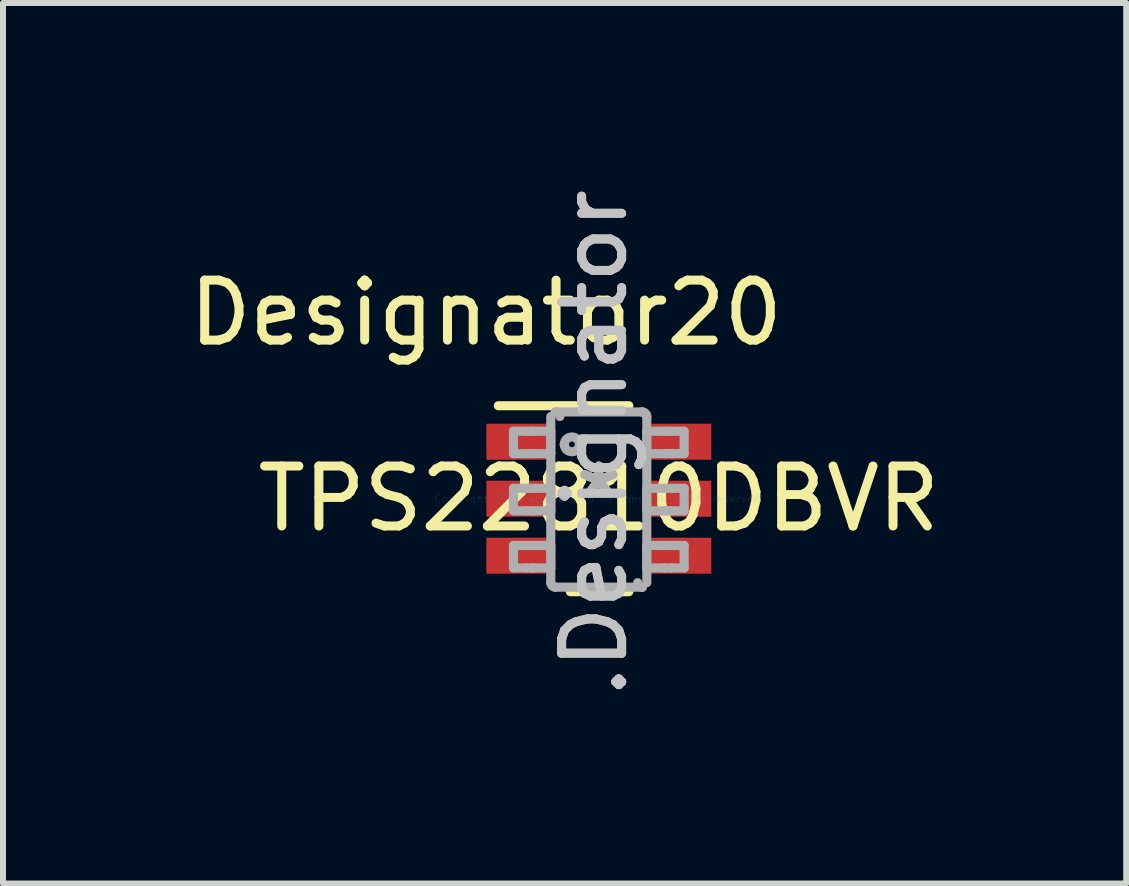
<source format=kicad_pcb>
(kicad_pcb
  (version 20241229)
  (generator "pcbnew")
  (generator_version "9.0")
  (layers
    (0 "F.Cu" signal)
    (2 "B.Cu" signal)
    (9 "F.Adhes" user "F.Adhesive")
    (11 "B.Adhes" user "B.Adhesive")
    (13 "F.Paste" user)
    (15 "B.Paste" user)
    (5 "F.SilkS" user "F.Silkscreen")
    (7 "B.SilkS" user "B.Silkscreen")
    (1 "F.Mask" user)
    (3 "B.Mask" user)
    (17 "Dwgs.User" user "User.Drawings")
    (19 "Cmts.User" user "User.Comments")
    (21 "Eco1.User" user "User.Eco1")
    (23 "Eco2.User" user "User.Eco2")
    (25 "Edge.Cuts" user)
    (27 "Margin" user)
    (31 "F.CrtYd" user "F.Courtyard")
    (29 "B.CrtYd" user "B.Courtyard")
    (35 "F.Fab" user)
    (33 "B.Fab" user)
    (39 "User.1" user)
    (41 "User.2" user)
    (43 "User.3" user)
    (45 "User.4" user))
  (footprint "TPS22810DBVR"
    (layer "F.Cu")
    (at 6.933 5.264)
    (property "Reference" "TPS22810DBVR" (at 0 0 0) (layer "F.SilkS") (effects (font (size 1 1) (thickness 0.15))))
    (attr through_hole)
    (fp_line (start -1.675 -1.55) (end 0.5 -1.55) (stroke (width 0.152) (type solid)) (layer "F.SilkS"))
    (fp_line (start -0.475 1.55) (end 0.5 1.55) (stroke (width 0.152) (type solid)) (layer "F.SilkS"))
    (fp_line (start -1.423 -1.125) (end -1.206 -1.125) (stroke (width 0.152) (type solid)) (layer "F.Fab"))
    (fp_line (start -1.423 -0.751) (end -1.423 -1.125) (stroke (width 0.152) (type solid)) (layer "F.Fab"))
    (fp_line (start -1.423 -0.751) (end -1.206 -0.751) (stroke (width 0.152) (type solid)) (layer "F.Fab"))
    (fp_line (start -1.423 -0.173) (end -1.206 -0.173) (stroke (width 0.152) (type solid)) (layer "F.Fab"))
    (fp_line (start -1.423 0.202) (end -1.423 -0.173) (stroke (width 0.152) (type solid)) (layer "F.Fab"))
    (fp_line (start -1.423 0.202) (end -1.206 0.202) (stroke (width 0.152) (type solid)) (layer "F.Fab"))
    (fp_line (start -1.423 0.78) (end -1.206 0.78) (stroke (width 0.152) (type solid)) (layer "F.Fab"))
    (fp_line (start -1.423 1.154) (end -1.423 0.78) (stroke (width 0.152) (type solid)) (layer "F.Fab"))
    (fp_line (start -1.423 1.154) (end -1.206 1.154) (stroke (width 0.152) (type solid)) (layer "F.Fab"))
    (fp_line (start -1.206 -1.125) (end -1.113 -1.125) (stroke (width 0.152) (type solid)) (layer "F.Fab"))
    (fp_line (start -1.206 -0.751) (end -1.113 -0.751) (stroke (width 0.152) (type solid)) (layer "F.Fab"))
    (fp_line (start -1.206 -0.173) (end -1.113 -0.173) (stroke (width 0.152) (type solid)) (layer "F.Fab"))
    (fp_line (start -1.206 0.202) (end -1.113 0.202) (stroke (width 0.152) (type solid)) (layer "F.Fab"))
    (fp_line (start -1.206 0.78) (end -1.113 0.78) (stroke (width 0.152) (type solid)) (layer "F.Fab"))
    (fp_line (start -1.206 1.154) (end -1.113 1.154) (stroke (width 0.152) (type solid)) (layer "F.Fab"))
    (fp_line (start -1.113 -1.125) (end -1.081 -1.125) (stroke (width 0.152) (type solid)) (layer "F.Fab"))
    (fp_line (start -1.113 -0.751) (end -1.081 -0.751) (stroke (width 0.152) (type solid)) (layer "F.Fab"))
    (fp_line (start -1.113 -0.173) (end -1.081 -0.173) (stroke (width 0.152) (type solid)) (layer "F.Fab"))
    (fp_line (start -1.113 0.202) (end -1.081 0.202) (stroke (width 0.152) (type solid)) (layer "F.Fab"))
    (fp_line (start -1.113 0.78) (end -1.081 0.78) (stroke (width 0.152) (type solid)) (layer "F.Fab"))
    (fp_line (start -1.113 1.154) (end -1.081 1.154) (stroke (width 0.152) (type solid)) (layer "F.Fab"))
    (fp_line (start -1.081 -1.125) (end -0.828 -1.125) (stroke (width 0.152) (type solid)) (layer "F.Fab"))
    (fp_line (start -1.081 -0.751) (end -0.828 -0.751) (stroke (width 0.152) (type solid)) (layer "F.Fab"))
    (fp_line (start -1.081 -0.173) (end -0.828 -0.173) (stroke (width 0.152) (type solid)) (layer "F.Fab"))
    (fp_line (start -1.081 0.202) (end -0.828 0.202) (stroke (width 0.152) (type solid)) (layer "F.Fab"))
    (fp_line (start -1.081 0.78) (end -0.828 0.78) (stroke (width 0.152) (type solid)) (layer "F.Fab"))
    (fp_line (start -1.081 1.154) (end -0.828 1.154) (stroke (width 0.152) (type solid)) (layer "F.Fab"))
    (fp_line (start -0.828 -1.125) (end -0.801 -1.125) (stroke (width 0.152) (type solid)) (layer "F.Fab"))
    (fp_line (start -0.828 -0.751) (end -0.801 -0.751) (stroke (width 0.152) (type solid)) (layer "F.Fab"))
    (fp_line (start -0.828 -0.173) (end -0.801 -0.173) (stroke (width 0.152) (type solid)) (layer "F.Fab"))
    (fp_line (start -0.828 0.202) (end -0.801 0.202) (stroke (width 0.152) (type solid)) (layer "F.Fab"))
    (fp_line (start -0.828 0.78) (end -0.801 0.78) (stroke (width 0.152) (type solid)) (layer "F.Fab"))
    (fp_line (start -0.828 1.154) (end -0.801 1.154) (stroke (width 0.152) (type solid)) (layer "F.Fab"))
    (fp_line (start -0.801 -0.751) (end -0.801 -1.125) (stroke (width 0.152) (type solid)) (layer "F.Fab"))
    (fp_line (start -0.801 0.202) (end -0.801 -0.173) (stroke (width 0.152) (type solid)) (layer "F.Fab"))
    (fp_line (start -0.801 1.154) (end -0.801 0.78) (stroke (width 0.152) (type solid)) (layer "F.Fab"))
    (fp_line (start -0.801 1.399) (end -0.801 -1.37) (stroke (width 0.152) (type solid)) (layer "F.Fab"))
    (fp_line (start -0.725 -1.446) (end -0.724 -1.446) (stroke (width 0.152) (type solid)) (layer "F.Fab"))
    (fp_line (start -0.725 1.475) (end -0.724 1.475) (stroke (width 0.152) (type solid)) (layer "F.Fab"))
    (fp_line (start -0.724 -1.446) (end 0.723 -1.446) (stroke (width 0.152) (type solid)) (layer "F.Fab"))
    (fp_line (start -0.724 1.475) (end 0.723 1.475) (stroke (width 0.152) (type solid)) (layer "F.Fab"))
    (fp_line (start 0.723 -1.446) (end 0.724 -1.446) (stroke (width 0.152) (type solid)) (layer "F.Fab"))
    (fp_line (start 0.723 1.475) (end 0.724 1.475) (stroke (width 0.152) (type solid)) (layer "F.Fab"))
    (fp_line (start 0.8 -1.125) (end 0.827 -1.125) (stroke (width 0.152) (type solid)) (layer "F.Fab"))
    (fp_line (start 0.8 -0.751) (end 0.8 -1.125) (stroke (width 0.152) (type solid)) (layer "F.Fab"))
    (fp_line (start 0.8 -0.751) (end 0.827 -0.751) (stroke (width 0.152) (type solid)) (layer "F.Fab"))
    (fp_line (start 0.8 -0.173) (end 0.827 -0.173) (stroke (width 0.152) (type solid)) (layer "F.Fab"))
    (fp_line (start 0.8 0.202) (end 0.8 -0.173) (stroke (width 0.152) (type solid)) (layer "F.Fab"))
    (fp_line (start 0.8 0.202) (end 0.827 0.202) (stroke (width 0.152) (type solid)) (layer "F.Fab"))
    (fp_line (start 0.8 0.78) (end 0.827 0.78) (stroke (width 0.152) (type solid)) (layer "F.Fab"))
    (fp_line (start 0.8 1.154) (end 0.8 0.78) (stroke (width 0.152) (type solid)) (layer "F.Fab"))
    (fp_line (start 0.8 1.154) (end 0.827 1.154) (stroke (width 0.152) (type solid)) (layer "F.Fab"))
    (fp_line (start 0.8 1.399) (end 0.8 -1.37) (stroke (width 0.152) (type solid)) (layer "F.Fab"))
    (fp_line (start 0.827 -1.125) (end 1.08 -1.125) (stroke (width 0.152) (type solid)) (layer "F.Fab"))
    (fp_line (start 0.827 -0.751) (end 1.08 -0.751) (stroke (width 0.152) (type solid)) (layer "F.Fab"))
    (fp_line (start 0.827 -0.173) (end 1.08 -0.173) (stroke (width 0.152) (type solid)) (layer "F.Fab"))
    (fp_line (start 0.827 0.202) (end 1.08 0.202) (stroke (width 0.152) (type solid)) (layer "F.Fab"))
    (fp_line (start 0.827 0.78) (end 1.08 0.78) (stroke (width 0.152) (type solid)) (layer "F.Fab"))
    (fp_line (start 0.827 1.154) (end 1.08 1.154) (stroke (width 0.152) (type solid)) (layer "F.Fab"))
    (fp_line (start 1.08 -1.125) (end 1.112 -1.125) (stroke (width 0.152) (type solid)) (layer "F.Fab"))
    (fp_line (start 1.08 -0.751) (end 1.112 -0.751) (stroke (width 0.152) (type solid)) (layer "F.Fab"))
    (fp_line (start 1.08 -0.173) (end 1.112 -0.173) (stroke (width 0.152) (type solid)) (layer "F.Fab"))
    (fp_line (start 1.08 0.202) (end 1.112 0.202) (stroke (width 0.152) (type solid)) (layer "F.Fab"))
    (fp_line (start 1.08 0.78) (end 1.112 0.78) (stroke (width 0.152) (type solid)) (layer "F.Fab"))
    (fp_line (start 1.08 1.154) (end 1.112 1.154) (stroke (width 0.152) (type solid)) (layer "F.Fab"))
    (fp_line (start 1.112 -1.125) (end 1.205 -1.125) (stroke (width 0.152) (type solid)) (layer "F.Fab"))
    (fp_line (start 1.112 -0.751) (end 1.205 -0.751) (stroke (width 0.152) (type solid)) (layer "F.Fab"))
    (fp_line (start 1.112 -0.173) (end 1.205 -0.173) (stroke (width 0.152) (type solid)) (layer "F.Fab"))
    (fp_line (start 1.112 0.202) (end 1.205 0.202) (stroke (width 0.152) (type solid)) (layer "F.Fab"))
    (fp_line (start 1.112 0.78) (end 1.205 0.78) (stroke (width 0.152) (type solid)) (layer "F.Fab"))
    (fp_line (start 1.112 1.154) (end 1.205 1.154) (stroke (width 0.152) (type solid)) (layer "F.Fab"))
    (fp_line (start 1.205 -1.125) (end 1.422 -1.125) (stroke (width 0.152) (type solid)) (layer "F.Fab"))
    (fp_line (start 1.205 -0.751) (end 1.422 -0.751) (stroke (width 0.152) (type solid)) (layer "F.Fab"))
    (fp_line (start 1.205 -0.173) (end 1.422 -0.173) (stroke (width 0.152) (type solid)) (layer "F.Fab"))
    (fp_line (start 1.205 0.202) (end 1.422 0.202) (stroke (width 0.152) (type solid)) (layer "F.Fab"))
    (fp_line (start 1.205 0.78) (end 1.422 0.78) (stroke (width 0.152) (type solid)) (layer "F.Fab"))
    (fp_line (start 1.205 1.154) (end 1.422 1.154) (stroke (width 0.152) (type solid)) (layer "F.Fab"))
    (fp_line (start 1.422 -0.751) (end 1.422 -1.125) (stroke (width 0.152) (type solid)) (layer "F.Fab"))
    (fp_line (start 1.422 0.202) (end 1.422 -0.173) (stroke (width 0.152) (type solid)) (layer "F.Fab"))
    (fp_line (start 1.422 1.154) (end 1.422 0.78) (stroke (width 0.152) (type solid)) (layer "F.Fab"))
    (fp_arc (start -0.724487 1.475003) (mid -0.778145 1.45291) (end -0.800689 1.39944) (stroke (width 0.1524) (type solid)) (layer "F.Fab"))
    (fp_arc (start -0.724474 -1.446002) (mid -0.670807 -1.423905) (end -0.648259 -1.370426) (stroke (width 0.1524) (type solid)) (layer "F.Fab"))
    (fp_arc (start -0.576537 -0.906071) (mid -0.449562 -1.033046) (end -0.322587 -0.906071) (stroke (width 0.1524) (type solid)) (layer "F.Fab"))
    (fp_arc (start -0.322588 -0.906071) (mid -0.449562 -0.779097) (end -0.576536 -0.906071) (stroke (width 0.1524) (type solid)) (layer "F.Fab"))
    (fp_arc (start 0.723303 -1.446002) (mid 0.776961 -1.423909) (end 0.799505 -1.370439) (stroke (width 0.1524) (type solid)) (layer "F.Fab"))
    (fp_arc (start 0.723316 1.475003) (mid 0.669668 1.452913) (end 0.647127 1.399453) (stroke (width 0.1524) (type solid)) (layer "F.Fab"))
    (fp_text user "Designator20" (at -1.88 -3.099 0) (layer "F.SilkS") (effects (font (size 1 1) (thickness 0.15))))
    (fp_text user "*" (at 0 0 0) (layer "F.SilkS") (effects (font (size 1 1) (thickness 0.15))))
    (fp_text user ".Designator" (at -0.075 -0.925 270) (layer "Dwgs.User") (effects (font (size 1 1) (thickness 0.15))))
    (fp_text user "Copyright 2016 Accelerated Designs. All rights reserved." (at 0 0 0) (layer "Cmts.User") (effects (font (size 0.127 0.127) (thickness 0.002))))
    (fp_text user ".Designator" (at -0.075 -0.925 270) (layer "F.Fab") (effects (font (size 1 1) (thickness 0.15))))
    (fp_text user "*" (at 0 0 0) (layer "F.Fab") (effects (font (size 1 1) (thickness 0.15))))
    (pad "1" smd rect (at -1.375 -0.95 90) (size 0.6 1) (layers "F.Cu" "F.Mask" "F.Paste"))
    (pad "2" smd rect (at -1.375 0 90) (size 0.6 1) (layers "F.Cu" "F.Mask" "F.Paste"))
    (pad "3" smd rect (at -1.375 0.95 90) (size 0.6 1) (layers "F.Cu" "F.Mask" "F.Paste"))
    (pad "4" smd rect (at 1.375 0.95 90) (size 0.6 1) (layers "F.Cu" "F.Mask" "F.Paste"))
    (pad "5" smd rect (at 1.375 0 90) (size 0.6 1) (layers "F.Cu" "F.Mask" "F.Paste"))
    (pad "6" smd rect (at 1.375 -0.95 90) (size 0.6 1) (layers "F.Cu" "F.Mask" "F.Paste")))
  (gr_rect
    (start -3 -3)
    (end 15.725 11.679)
    (stroke (width 0.1) (type default))
    (fill no)
    (layer "Edge.Cuts")))
</source>
